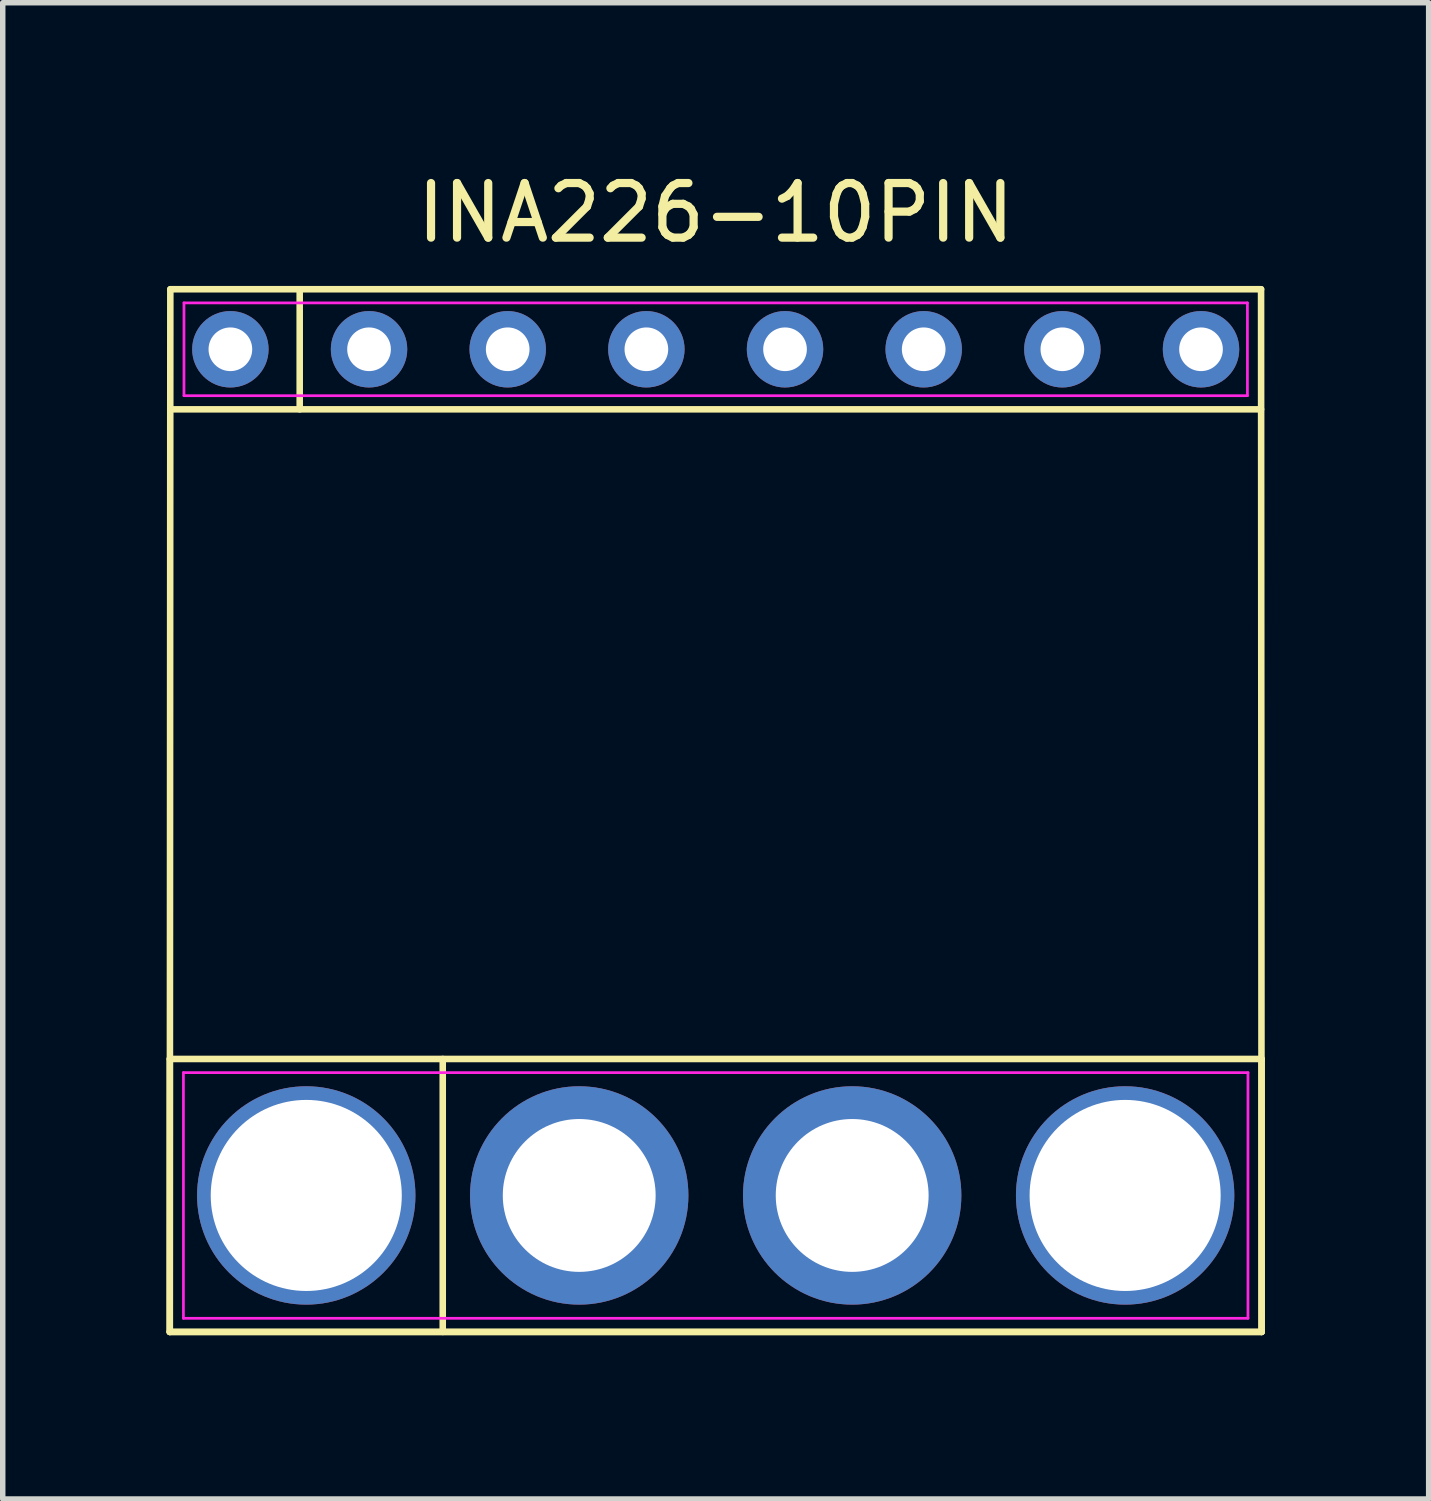
<source format=kicad_pcb>
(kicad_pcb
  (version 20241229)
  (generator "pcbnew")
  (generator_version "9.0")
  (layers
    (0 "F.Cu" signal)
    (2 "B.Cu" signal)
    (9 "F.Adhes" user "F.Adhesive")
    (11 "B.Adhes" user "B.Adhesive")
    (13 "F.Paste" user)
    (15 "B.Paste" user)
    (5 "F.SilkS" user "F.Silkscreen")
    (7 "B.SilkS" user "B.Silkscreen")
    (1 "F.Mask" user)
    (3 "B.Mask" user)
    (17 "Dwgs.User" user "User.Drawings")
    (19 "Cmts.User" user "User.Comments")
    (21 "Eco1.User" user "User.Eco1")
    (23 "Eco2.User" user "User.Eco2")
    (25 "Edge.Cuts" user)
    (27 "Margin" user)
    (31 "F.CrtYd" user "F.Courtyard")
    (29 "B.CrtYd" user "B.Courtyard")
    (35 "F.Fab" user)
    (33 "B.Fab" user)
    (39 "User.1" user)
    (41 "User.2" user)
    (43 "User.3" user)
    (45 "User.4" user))
  (footprint "INA226-10PIN"
    (layer "F.Cu")
    (at 10.06 3.348)
    (property "Reference" "INA226-10PIN" (at 0 -2.5 0) (layer "F.SilkS") (effects (font (size 1 1) (thickness 0.15))))
    (attr through_hole)
    (fp_line (start -10 13) (end 10 13) (stroke (width 0.12) (type default)) (layer "F.SilkS"))
    (fp_line (start -10 18) (end -10 13) (stroke (width 0.12) (type default)) (layer "F.SilkS"))
    (fp_line (start -10 18) (end 10 18) (stroke (width 0.12) (type default)) (layer "F.SilkS"))
    (fp_line (start -9.99 -1.1) (end -10 18) (stroke (width 0.12) (type default)) (layer "F.SilkS"))
    (fp_line (start -9.99 -1.1) (end 9.99 -1.1) (stroke (width 0.12) (type default)) (layer "F.SilkS"))
    (fp_line (start -7.62 -1.1) (end -7.62 1.1) (stroke (width 0.12) (type default)) (layer "F.SilkS"))
    (fp_line (start -5 13) (end -5 18) (stroke (width 0.12) (type default)) (layer "F.SilkS"))
    (fp_line (start 9.99 -1.1) (end 10 18) (stroke (width 0.12) (type default)) (layer "F.SilkS"))
    (fp_line (start 9.99 1.1) (end -9.99 1.1) (stroke (width 0.12) (type default)) (layer "F.SilkS"))
    (fp_line (start 10 13) (end 10 18) (stroke (width 0.12) (type default)) (layer "F.SilkS"))
    (fp_line (start 10 18) (end -10 18) (stroke (width 0.12) (type default)) (layer "F.SilkS"))
    (fp_line (start -9.75 13.25) (end 9.75 13.25) (stroke (width 0.05) (type default)) (layer "F.CrtYd"))
    (fp_line (start -9.75 17.75) (end -9.75 13.25) (stroke (width 0.05) (type default)) (layer "F.CrtYd"))
    (fp_line (start -9.74 -0.85) (end 9.74 -0.85) (stroke (width 0.05) (type default)) (layer "F.CrtYd"))
    (fp_line (start -9.74 0.85) (end -9.74 -0.85) (stroke (width 0.05) (type default)) (layer "F.CrtYd"))
    (fp_line (start 9.74 -0.85) (end 9.74 0.85) (stroke (width 0.05) (type default)) (layer "F.CrtYd"))
    (fp_line (start 9.74 0.85) (end -9.74 0.85) (stroke (width 0.05) (type default)) (layer "F.CrtYd"))
    (fp_line (start 9.75 13.25) (end 9.75 17.75) (stroke (width 0.05) (type default)) (layer "F.CrtYd"))
    (fp_line (start 9.75 17.75) (end -9.75 17.75) (stroke (width 0.05) (type default)) (layer "F.CrtYd"))
    (pad "" thru_hole circle (at -7.5 15.5) (size 4 4) (drill 3.5) (layers "*.Cu" "*.Mask"))
    (pad "" thru_hole circle (at 7.5 15.5) (size 4 4) (drill 3.5) (layers "*.Cu" "*.Mask"))
    (pad "1" thru_hole circle (at -8.89 0) (size 1.4 1.4) (drill 0.8) (layers "*.Cu" "*.Mask"))
    (pad "2" thru_hole circle (at -6.35 0) (size 1.4 1.4) (drill 0.8) (layers "*.Cu" "*.Mask"))
    (pad "3" thru_hole circle (at -3.81 0) (size 1.4 1.4) (drill 0.8) (layers "*.Cu" "*.Mask"))
    (pad "4" thru_hole circle (at -1.27 0) (size 1.4 1.4) (drill 0.8) (layers "*.Cu" "*.Mask"))
    (pad "5" thru_hole circle (at 1.27 0) (size 1.4 1.4) (drill 0.8) (layers "*.Cu" "*.Mask"))
    (pad "6" thru_hole circle (at 3.81 0) (size 1.4 1.4) (drill 0.8) (layers "*.Cu" "*.Mask"))
    (pad "7" thru_hole circle (at 6.35 0) (size 1.4 1.4) (drill 0.8) (layers "*.Cu" "*.Mask"))
    (pad "8" thru_hole circle (at 8.89 0) (size 1.4 1.4) (drill 0.8) (layers "*.Cu" "*.Mask"))
    (pad "9" thru_hole circle (at -2.5 15.5) (size 4 4) (drill 2.8) (layers "*.Cu" "*.Mask"))
    (pad "10" thru_hole circle (at 2.5 15.5) (size 4 4) (drill 2.8) (layers "*.Cu" "*.Mask")))
  (gr_rect
    (start -3 -3)
    (end 23.12 24.408)
    (stroke (width 0.1) (type default))
    (fill no)
    (layer "Edge.Cuts")))
</source>
